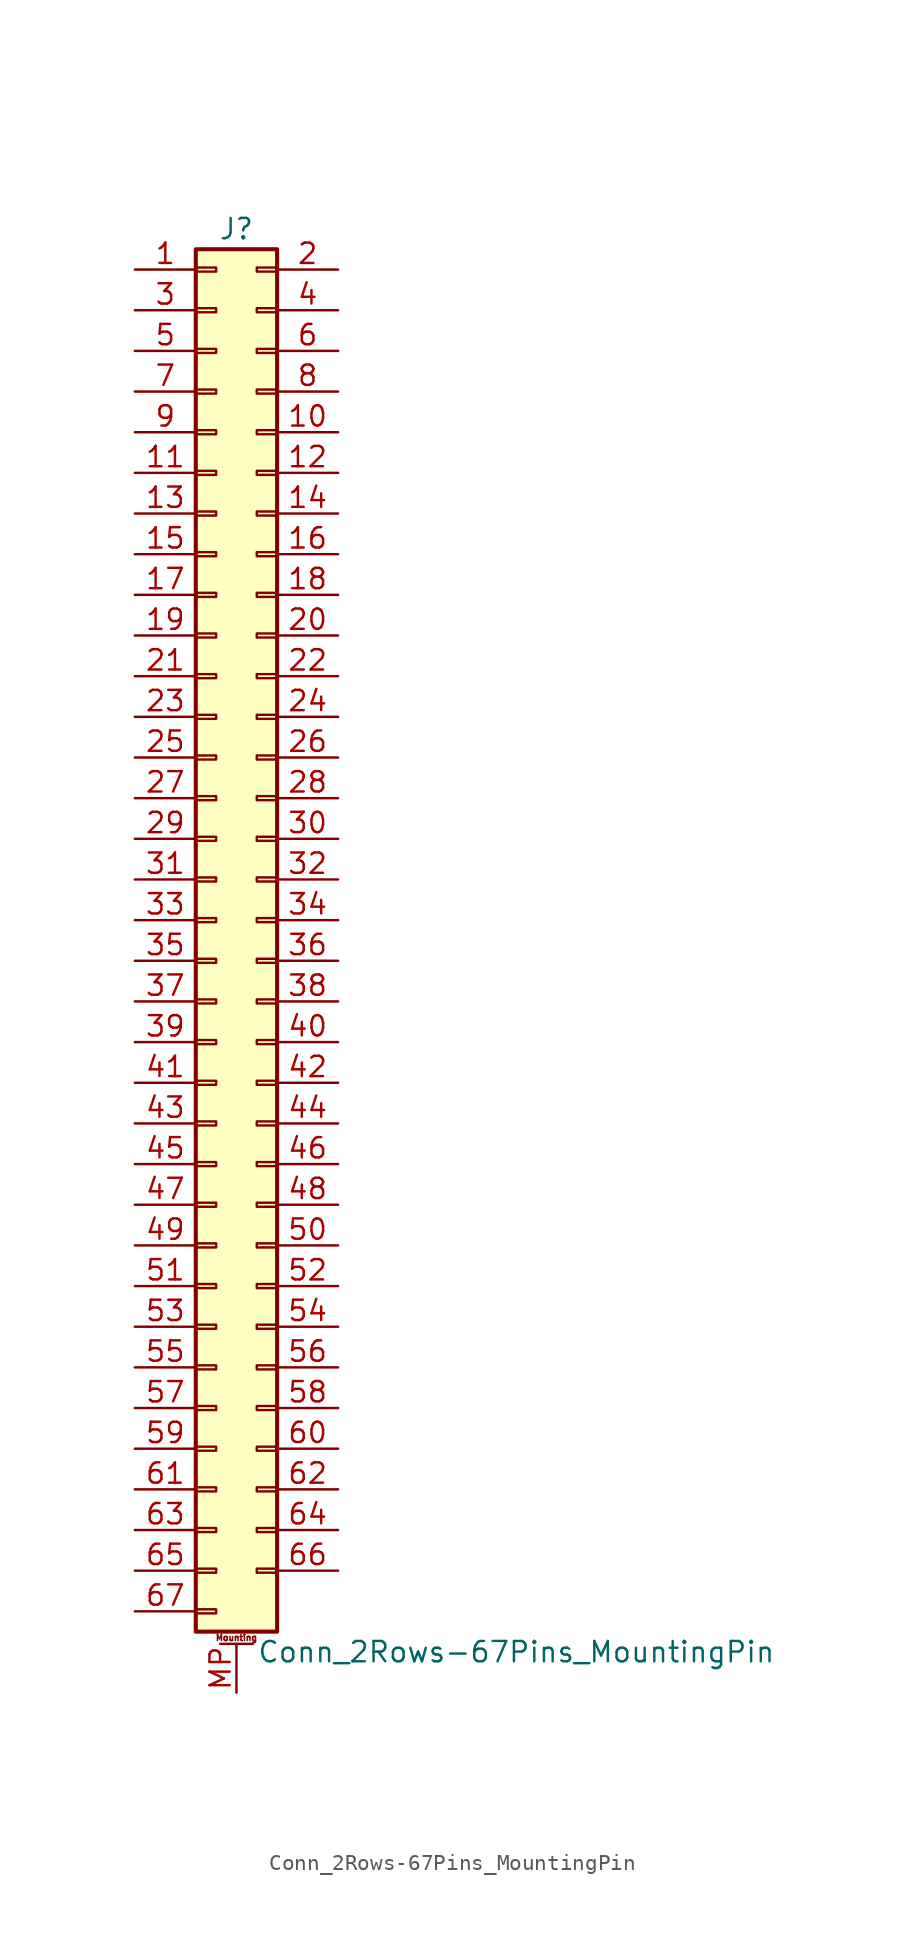
<source format=kicad_sym>
(kicad_symbol_lib
  (version 20220914)
  (generator kicad_symbol_editor)
  (symbol "Conn_2Rows-67Pins_MountingPin"
    (pin_names
      (offset 1.016) hide)
    (property "Reference" "J"
      (at 1.27 43.18 0)
      (effects (font (size 1.27 1.27))))
    (property "Value" "Conn_2Rows-67Pins_MountingPin"
      (at 2.54 -45.72 0)
      (effects (font (size 1.27 1.27)) (justify left)))
    (symbol "Conn_2Rows-67Pins_MountingPin_1_1"
      (rectangle (start -1.27 -43.053) (end 0 -43.307) (stroke (width 0.152) (type default)) (fill (type none)))
      (rectangle (start -1.27 -40.513) (end 0 -40.767) (stroke (width 0.152) (type default)) (fill (type none)))
      (rectangle (start -1.27 -37.973) (end 0 -38.227) (stroke (width 0.152) (type default)) (fill (type none)))
      (rectangle (start -1.27 -35.433) (end 0 -35.687) (stroke (width 0.152) (type default)) (fill (type none)))
      (rectangle (start -1.27 -32.893) (end 0 -33.147) (stroke (width 0.152) (type default)) (fill (type none)))
      (rectangle (start -1.27 -30.353) (end 0 -30.607) (stroke (width 0.152) (type default)) (fill (type none)))
      (rectangle (start -1.27 -27.813) (end 0 -28.067) (stroke (width 0.152) (type default)) (fill (type none)))
      (rectangle (start -1.27 -25.273) (end 0 -25.527) (stroke (width 0.152) (type default)) (fill (type none)))
      (rectangle (start -1.27 -22.733) (end 0 -22.987) (stroke (width 0.152) (type default)) (fill (type none)))
      (rectangle (start -1.27 -20.193) (end 0 -20.447) (stroke (width 0.152) (type default)) (fill (type none)))
      (rectangle (start -1.27 -17.653) (end 0 -17.907) (stroke (width 0.152) (type default)) (fill (type none)))
      (rectangle (start -1.27 -15.113) (end 0 -15.367) (stroke (width 0.152) (type default)) (fill (type none)))
      (rectangle (start -1.27 -12.573) (end 0 -12.827) (stroke (width 0.152) (type default)) (fill (type none)))
      (rectangle (start -1.27 -10.033) (end 0 -10.287) (stroke (width 0.152) (type default)) (fill (type none)))
      (rectangle (start -1.27 -7.493) (end 0 -7.747) (stroke (width 0.152) (type default)) (fill (type none)))
      (rectangle (start -1.27 -4.953) (end 0 -5.207) (stroke (width 0.152) (type default)) (fill (type none)))
      (rectangle (start -1.27 -2.413) (end 0 -2.667) (stroke (width 0.152) (type default)) (fill (type none)))
      (rectangle (start -1.27 0.127) (end 0 -0.127) (stroke (width 0.152) (type default)) (fill (type none)))
      (rectangle (start -1.27 2.667) (end 0 2.413) (stroke (width 0.152) (type default)) (fill (type none)))
      (rectangle (start -1.27 5.207) (end 0 4.953) (stroke (width 0.152) (type default)) (fill (type none)))
      (rectangle (start -1.27 7.747) (end 0 7.493) (stroke (width 0.152) (type default)) (fill (type none)))
      (rectangle (start -1.27 10.287) (end 0 10.033) (stroke (width 0.152) (type default)) (fill (type none)))
      (rectangle (start -1.27 12.827) (end 0 12.573) (stroke (width 0.152) (type default)) (fill (type none)))
      (rectangle (start -1.27 15.367) (end 0 15.113) (stroke (width 0.152) (type default)) (fill (type none)))
      (rectangle (start -1.27 17.907) (end 0 17.653) (stroke (width 0.152) (type default)) (fill (type none)))
      (rectangle (start -1.27 20.447) (end 0 20.193) (stroke (width 0.152) (type default)) (fill (type none)))
      (rectangle (start -1.27 22.987) (end 0 22.733) (stroke (width 0.152) (type default)) (fill (type none)))
      (rectangle (start -1.27 25.527) (end 0 25.273) (stroke (width 0.152) (type default)) (fill (type none)))
      (rectangle (start -1.27 28.067) (end 0 27.813) (stroke (width 0.152) (type default)) (fill (type none)))
      (rectangle (start -1.27 30.607) (end 0 30.353) (stroke (width 0.152) (type default)) (fill (type none)))
      (rectangle (start -1.27 33.147) (end 0 32.893) (stroke (width 0.152) (type default)) (fill (type none)))
      (rectangle (start -1.27 35.687) (end 0 35.433) (stroke (width 0.152) (type default)) (fill (type none)))
      (rectangle (start -1.27 38.227) (end 0 37.973) (stroke (width 0.152) (type default)) (fill (type none)))
      (rectangle (start -1.27 40.767) (end 0 40.513) (stroke (width 0.152) (type default)) (fill (type none)))
      (rectangle (start -1.27 41.91) (end 3.81 -44.45) (stroke (width 0.254) (type default)) (fill (type background)))
      (polyline (pts (xy 0.254 -45.212) (xy 2.286 -45.212)) (stroke (width 0.152) (type default)) (fill (type none)))
      (rectangle (start 3.81 -40.513) (end 2.54 -40.767) (stroke (width 0.152) (type default)) (fill (type none)))
      (rectangle (start 3.81 -37.973) (end 2.54 -38.227) (stroke (width 0.152) (type default)) (fill (type none)))
      (rectangle (start 3.81 -35.433) (end 2.54 -35.687) (stroke (width 0.152) (type default)) (fill (type none)))
      (rectangle (start 3.81 -32.893) (end 2.54 -33.147) (stroke (width 0.152) (type default)) (fill (type none)))
      (rectangle (start 3.81 -30.353) (end 2.54 -30.607) (stroke (width 0.152) (type default)) (fill (type none)))
      (rectangle (start 3.81 -27.813) (end 2.54 -28.067) (stroke (width 0.152) (type default)) (fill (type none)))
      (rectangle (start 3.81 -25.273) (end 2.54 -25.527) (stroke (width 0.152) (type default)) (fill (type none)))
      (rectangle (start 3.81 -22.733) (end 2.54 -22.987) (stroke (width 0.152) (type default)) (fill (type none)))
      (rectangle (start 3.81 -20.193) (end 2.54 -20.447) (stroke (width 0.152) (type default)) (fill (type none)))
      (rectangle (start 3.81 -17.653) (end 2.54 -17.907) (stroke (width 0.152) (type default)) (fill (type none)))
      (rectangle (start 3.81 -15.113) (end 2.54 -15.367) (stroke (width 0.152) (type default)) (fill (type none)))
      (rectangle (start 3.81 -12.573) (end 2.54 -12.827) (stroke (width 0.152) (type default)) (fill (type none)))
      (rectangle (start 3.81 -10.033) (end 2.54 -10.287) (stroke (width 0.152) (type default)) (fill (type none)))
      (rectangle (start 3.81 -7.493) (end 2.54 -7.747) (stroke (width 0.152) (type default)) (fill (type none)))
      (rectangle (start 3.81 -4.953) (end 2.54 -5.207) (stroke (width 0.152) (type default)) (fill (type none)))
      (rectangle (start 3.81 -2.413) (end 2.54 -2.667) (stroke (width 0.152) (type default)) (fill (type none)))
      (rectangle (start 3.81 0.127) (end 2.54 -0.127) (stroke (width 0.152) (type default)) (fill (type none)))
      (rectangle (start 3.81 2.667) (end 2.54 2.413) (stroke (width 0.152) (type default)) (fill (type none)))
      (rectangle (start 3.81 5.207) (end 2.54 4.953) (stroke (width 0.152) (type default)) (fill (type none)))
      (rectangle (start 3.81 7.747) (end 2.54 7.493) (stroke (width 0.152) (type default)) (fill (type none)))
      (rectangle (start 3.81 10.287) (end 2.54 10.033) (stroke (width 0.152) (type default)) (fill (type none)))
      (rectangle (start 3.81 12.827) (end 2.54 12.573) (stroke (width 0.152) (type default)) (fill (type none)))
      (rectangle (start 3.81 15.367) (end 2.54 15.113) (stroke (width 0.152) (type default)) (fill (type none)))
      (rectangle (start 3.81 17.907) (end 2.54 17.653) (stroke (width 0.152) (type default)) (fill (type none)))
      (rectangle (start 3.81 20.447) (end 2.54 20.193) (stroke (width 0.152) (type default)) (fill (type none)))
      (rectangle (start 3.81 22.987) (end 2.54 22.733) (stroke (width 0.152) (type default)) (fill (type none)))
      (rectangle (start 3.81 25.527) (end 2.54 25.273) (stroke (width 0.152) (type default)) (fill (type none)))
      (rectangle (start 3.81 28.067) (end 2.54 27.813) (stroke (width 0.152) (type default)) (fill (type none)))
      (rectangle (start 3.81 30.607) (end 2.54 30.353) (stroke (width 0.152) (type default)) (fill (type none)))
      (rectangle (start 3.81 33.147) (end 2.54 32.893) (stroke (width 0.152) (type default)) (fill (type none)))
      (rectangle (start 3.81 35.687) (end 2.54 35.433) (stroke (width 0.152) (type default)) (fill (type none)))
      (rectangle (start 3.81 38.227) (end 2.54 37.973) (stroke (width 0.152) (type default)) (fill (type none)))
      (rectangle (start 3.81 40.767) (end 2.54 40.513) (stroke (width 0.152) (type default)) (fill (type none)))
      (text "Mounting" (at 1.27 -44.831 0) (effects (font (size 0.381 0.381))))
      (pin passive line (at -5.08 40.64 0) (length 3.81) (name "Pin_1" (effects (font (size 1.27 1.27)))) (number "1" (effects (font (size 1.27 1.27)))))
      (pin passive line (at 7.62 30.48 180) (length 3.81) (name "Pin_10" (effects (font (size 1.27 1.27)))) (number "10" (effects (font (size 1.27 1.27)))))
      (pin passive line (at -5.08 27.94 0) (length 3.81) (name "Pin_11" (effects (font (size 1.27 1.27)))) (number "11" (effects (font (size 1.27 1.27)))))
      (pin passive line (at 7.62 27.94 180) (length 3.81) (name "Pin_12" (effects (font (size 1.27 1.27)))) (number "12" (effects (font (size 1.27 1.27)))))
      (pin passive line (at -5.08 25.4 0) (length 3.81) (name "Pin_13" (effects (font (size 1.27 1.27)))) (number "13" (effects (font (size 1.27 1.27)))))
      (pin passive line (at 7.62 25.4 180) (length 3.81) (name "Pin_14" (effects (font (size 1.27 1.27)))) (number "14" (effects (font (size 1.27 1.27)))))
      (pin passive line (at -5.08 22.86 0) (length 3.81) (name "Pin_15" (effects (font (size 1.27 1.27)))) (number "15" (effects (font (size 1.27 1.27)))))
      (pin passive line (at 7.62 22.86 180) (length 3.81) (name "Pin_16" (effects (font (size 1.27 1.27)))) (number "16" (effects (font (size 1.27 1.27)))))
      (pin passive line (at -5.08 20.32 0) (length 3.81) (name "Pin_17" (effects (font (size 1.27 1.27)))) (number "17" (effects (font (size 1.27 1.27)))))
      (pin passive line (at 7.62 20.32 180) (length 3.81) (name "Pin_18" (effects (font (size 1.27 1.27)))) (number "18" (effects (font (size 1.27 1.27)))))
      (pin passive line (at -5.08 17.78 0) (length 3.81) (name "Pin_19" (effects (font (size 1.27 1.27)))) (number "19" (effects (font (size 1.27 1.27)))))
      (pin passive line (at 7.62 40.64 180) (length 3.81) (name "Pin_2" (effects (font (size 1.27 1.27)))) (number "2" (effects (font (size 1.27 1.27)))))
      (pin passive line (at 7.62 17.78 180) (length 3.81) (name "Pin_20" (effects (font (size 1.27 1.27)))) (number "20" (effects (font (size 1.27 1.27)))))
      (pin passive line (at -5.08 15.24 0) (length 3.81) (name "Pin_21" (effects (font (size 1.27 1.27)))) (number "21" (effects (font (size 1.27 1.27)))))
      (pin passive line (at 7.62 15.24 180) (length 3.81) (name "Pin_22" (effects (font (size 1.27 1.27)))) (number "22" (effects (font (size 1.27 1.27)))))
      (pin passive line (at -5.08 12.7 0) (length 3.81) (name "Pin_23" (effects (font (size 1.27 1.27)))) (number "23" (effects (font (size 1.27 1.27)))))
      (pin passive line (at 7.62 12.7 180) (length 3.81) (name "Pin_24" (effects (font (size 1.27 1.27)))) (number "24" (effects (font (size 1.27 1.27)))))
      (pin passive line (at -5.08 10.16 0) (length 3.81) (name "Pin_25" (effects (font (size 1.27 1.27)))) (number "25" (effects (font (size 1.27 1.27)))))
      (pin passive line (at 7.62 10.16 180) (length 3.81) (name "Pin_26" (effects (font (size 1.27 1.27)))) (number "26" (effects (font (size 1.27 1.27)))))
      (pin passive line (at -5.08 7.62 0) (length 3.81) (name "Pin_27" (effects (font (size 1.27 1.27)))) (number "27" (effects (font (size 1.27 1.27)))))
      (pin passive line (at 7.62 7.62 180) (length 3.81) (name "Pin_28" (effects (font (size 1.27 1.27)))) (number "28" (effects (font (size 1.27 1.27)))))
      (pin passive line (at -5.08 5.08 0) (length 3.81) (name "Pin_29" (effects (font (size 1.27 1.27)))) (number "29" (effects (font (size 1.27 1.27)))))
      (pin passive line (at -5.08 38.1 0) (length 3.81) (name "Pin_3" (effects (font (size 1.27 1.27)))) (number "3" (effects (font (size 1.27 1.27)))))
      (pin passive line (at 7.62 5.08 180) (length 3.81) (name "Pin_30" (effects (font (size 1.27 1.27)))) (number "30" (effects (font (size 1.27 1.27)))))
      (pin passive line (at -5.08 2.54 0) (length 3.81) (name "Pin_31" (effects (font (size 1.27 1.27)))) (number "31" (effects (font (size 1.27 1.27)))))
      (pin passive line (at 7.62 2.54 180) (length 3.81) (name "Pin_32" (effects (font (size 1.27 1.27)))) (number "32" (effects (font (size 1.27 1.27)))))
      (pin passive line (at -5.08 0 0) (length 3.81) (name "Pin_33" (effects (font (size 1.27 1.27)))) (number "33" (effects (font (size 1.27 1.27)))))
      (pin passive line (at 7.62 0 180) (length 3.81) (name "Pin_34" (effects (font (size 1.27 1.27)))) (number "34" (effects (font (size 1.27 1.27)))))
      (pin passive line (at -5.08 -2.54 0) (length 3.81) (name "Pin_35" (effects (font (size 1.27 1.27)))) (number "35" (effects (font (size 1.27 1.27)))))
      (pin passive line (at 7.62 -2.54 180) (length 3.81) (name "Pin_36" (effects (font (size 1.27 1.27)))) (number "36" (effects (font (size 1.27 1.27)))))
      (pin passive line (at -5.08 -5.08 0) (length 3.81) (name "Pin_37" (effects (font (size 1.27 1.27)))) (number "37" (effects (font (size 1.27 1.27)))))
      (pin passive line (at 7.62 -5.08 180) (length 3.81) (name "Pin_38" (effects (font (size 1.27 1.27)))) (number "38" (effects (font (size 1.27 1.27)))))
      (pin passive line (at -5.08 -7.62 0) (length 3.81) (name "Pin_39" (effects (font (size 1.27 1.27)))) (number "39" (effects (font (size 1.27 1.27)))))
      (pin passive line (at 7.62 38.1 180) (length 3.81) (name "Pin_4" (effects (font (size 1.27 1.27)))) (number "4" (effects (font (size 1.27 1.27)))))
      (pin passive line (at 7.62 -7.62 180) (length 3.81) (name "Pin_40" (effects (font (size 1.27 1.27)))) (number "40" (effects (font (size 1.27 1.27)))))
      (pin passive line (at -5.08 -10.16 0) (length 3.81) (name "Pin_41" (effects (font (size 1.27 1.27)))) (number "41" (effects (font (size 1.27 1.27)))))
      (pin passive line (at 7.62 -10.16 180) (length 3.81) (name "Pin_42" (effects (font (size 1.27 1.27)))) (number "42" (effects (font (size 1.27 1.27)))))
      (pin passive line (at -5.08 -12.7 0) (length 3.81) (name "Pin_43" (effects (font (size 1.27 1.27)))) (number "43" (effects (font (size 1.27 1.27)))))
      (pin passive line (at 7.62 -12.7 180) (length 3.81) (name "Pin_44" (effects (font (size 1.27 1.27)))) (number "44" (effects (font (size 1.27 1.27)))))
      (pin passive line (at -5.08 -15.24 0) (length 3.81) (name "Pin_45" (effects (font (size 1.27 1.27)))) (number "45" (effects (font (size 1.27 1.27)))))
      (pin passive line (at 7.62 -15.24 180) (length 3.81) (name "Pin_46" (effects (font (size 1.27 1.27)))) (number "46" (effects (font (size 1.27 1.27)))))
      (pin passive line (at -5.08 -17.78 0) (length 3.81) (name "Pin_47" (effects (font (size 1.27 1.27)))) (number "47" (effects (font (size 1.27 1.27)))))
      (pin passive line (at 7.62 -17.78 180) (length 3.81) (name "Pin_48" (effects (font (size 1.27 1.27)))) (number "48" (effects (font (size 1.27 1.27)))))
      (pin passive line (at -5.08 -20.32 0) (length 3.81) (name "Pin_49" (effects (font (size 1.27 1.27)))) (number "49" (effects (font (size 1.27 1.27)))))
      (pin passive line (at -5.08 35.56 0) (length 3.81) (name "Pin_5" (effects (font (size 1.27 1.27)))) (number "5" (effects (font (size 1.27 1.27)))))
      (pin passive line (at 7.62 -20.32 180) (length 3.81) (name "Pin_50" (effects (font (size 1.27 1.27)))) (number "50" (effects (font (size 1.27 1.27)))))
      (pin passive line (at -5.08 -22.86 0) (length 3.81) (name "Pin_51" (effects (font (size 1.27 1.27)))) (number "51" (effects (font (size 1.27 1.27)))))
      (pin passive line (at 7.62 -22.86 180) (length 3.81) (name "Pin_52" (effects (font (size 1.27 1.27)))) (number "52" (effects (font (size 1.27 1.27)))))
      (pin passive line (at -5.08 -25.4 0) (length 3.81) (name "Pin_53" (effects (font (size 1.27 1.27)))) (number "53" (effects (font (size 1.27 1.27)))))
      (pin passive line (at 7.62 -25.4 180) (length 3.81) (name "Pin_54" (effects (font (size 1.27 1.27)))) (number "54" (effects (font (size 1.27 1.27)))))
      (pin passive line (at -5.08 -27.94 0) (length 3.81) (name "Pin_55" (effects (font (size 1.27 1.27)))) (number "55" (effects (font (size 1.27 1.27)))))
      (pin passive line (at 7.62 -27.94 180) (length 3.81) (name "Pin_56" (effects (font (size 1.27 1.27)))) (number "56" (effects (font (size 1.27 1.27)))))
      (pin passive line (at -5.08 -30.48 0) (length 3.81) (name "Pin_57" (effects (font (size 1.27 1.27)))) (number "57" (effects (font (size 1.27 1.27)))))
      (pin passive line (at 7.62 -30.48 180) (length 3.81) (name "Pin_58" (effects (font (size 1.27 1.27)))) (number "58" (effects (font (size 1.27 1.27)))))
      (pin passive line (at -5.08 -33.02 0) (length 3.81) (name "Pin_59" (effects (font (size 1.27 1.27)))) (number "59" (effects (font (size 1.27 1.27)))))
      (pin passive line (at 7.62 35.56 180) (length 3.81) (name "Pin_6" (effects (font (size 1.27 1.27)))) (number "6" (effects (font (size 1.27 1.27)))))
      (pin passive line (at 7.62 -33.02 180) (length 3.81) (name "Pin_60" (effects (font (size 1.27 1.27)))) (number "60" (effects (font (size 1.27 1.27)))))
      (pin passive line (at -5.08 -35.56 0) (length 3.81) (name "Pin_61" (effects (font (size 1.27 1.27)))) (number "61" (effects (font (size 1.27 1.27)))))
      (pin passive line (at 7.62 -35.56 180) (length 3.81) (name "Pin_62" (effects (font (size 1.27 1.27)))) (number "62" (effects (font (size 1.27 1.27)))))
      (pin passive line (at -5.08 -38.1 0) (length 3.81) (name "Pin_63" (effects (font (size 1.27 1.27)))) (number "63" (effects (font (size 1.27 1.27)))))
      (pin passive line (at 7.62 -38.1 180) (length 3.81) (name "Pin_64" (effects (font (size 1.27 1.27)))) (number "64" (effects (font (size 1.27 1.27)))))
      (pin passive line (at -5.08 -40.64 0) (length 3.81) (name "Pin_65" (effects (font (size 1.27 1.27)))) (number "65" (effects (font (size 1.27 1.27)))))
      (pin passive line (at 7.62 -40.64 180) (length 3.81) (name "Pin_66" (effects (font (size 1.27 1.27)))) (number "66" (effects (font (size 1.27 1.27)))))
      (pin passive line (at -5.08 -43.18 0) (length 3.81) (name "Pin_67" (effects (font (size 1.27 1.27)))) (number "67" (effects (font (size 1.27 1.27)))))
      (pin passive line (at -5.08 33.02 0) (length 3.81) (name "Pin_7" (effects (font (size 1.27 1.27)))) (number "7" (effects (font (size 1.27 1.27)))))
      (pin passive line (at 7.62 33.02 180) (length 3.81) (name "Pin_8" (effects (font (size 1.27 1.27)))) (number "8" (effects (font (size 1.27 1.27)))))
      (pin passive line (at -5.08 30.48 0) (length 3.81) (name "Pin_9" (effects (font (size 1.27 1.27)))) (number "9" (effects (font (size 1.27 1.27)))))
      (pin passive line (at 1.27 -48.26 90) (length 3.048) (name "MountPin" (effects (font (size 1.27 1.27)))) (number "MP" (effects (font (size 1.27 1.27))))))))
</source>
